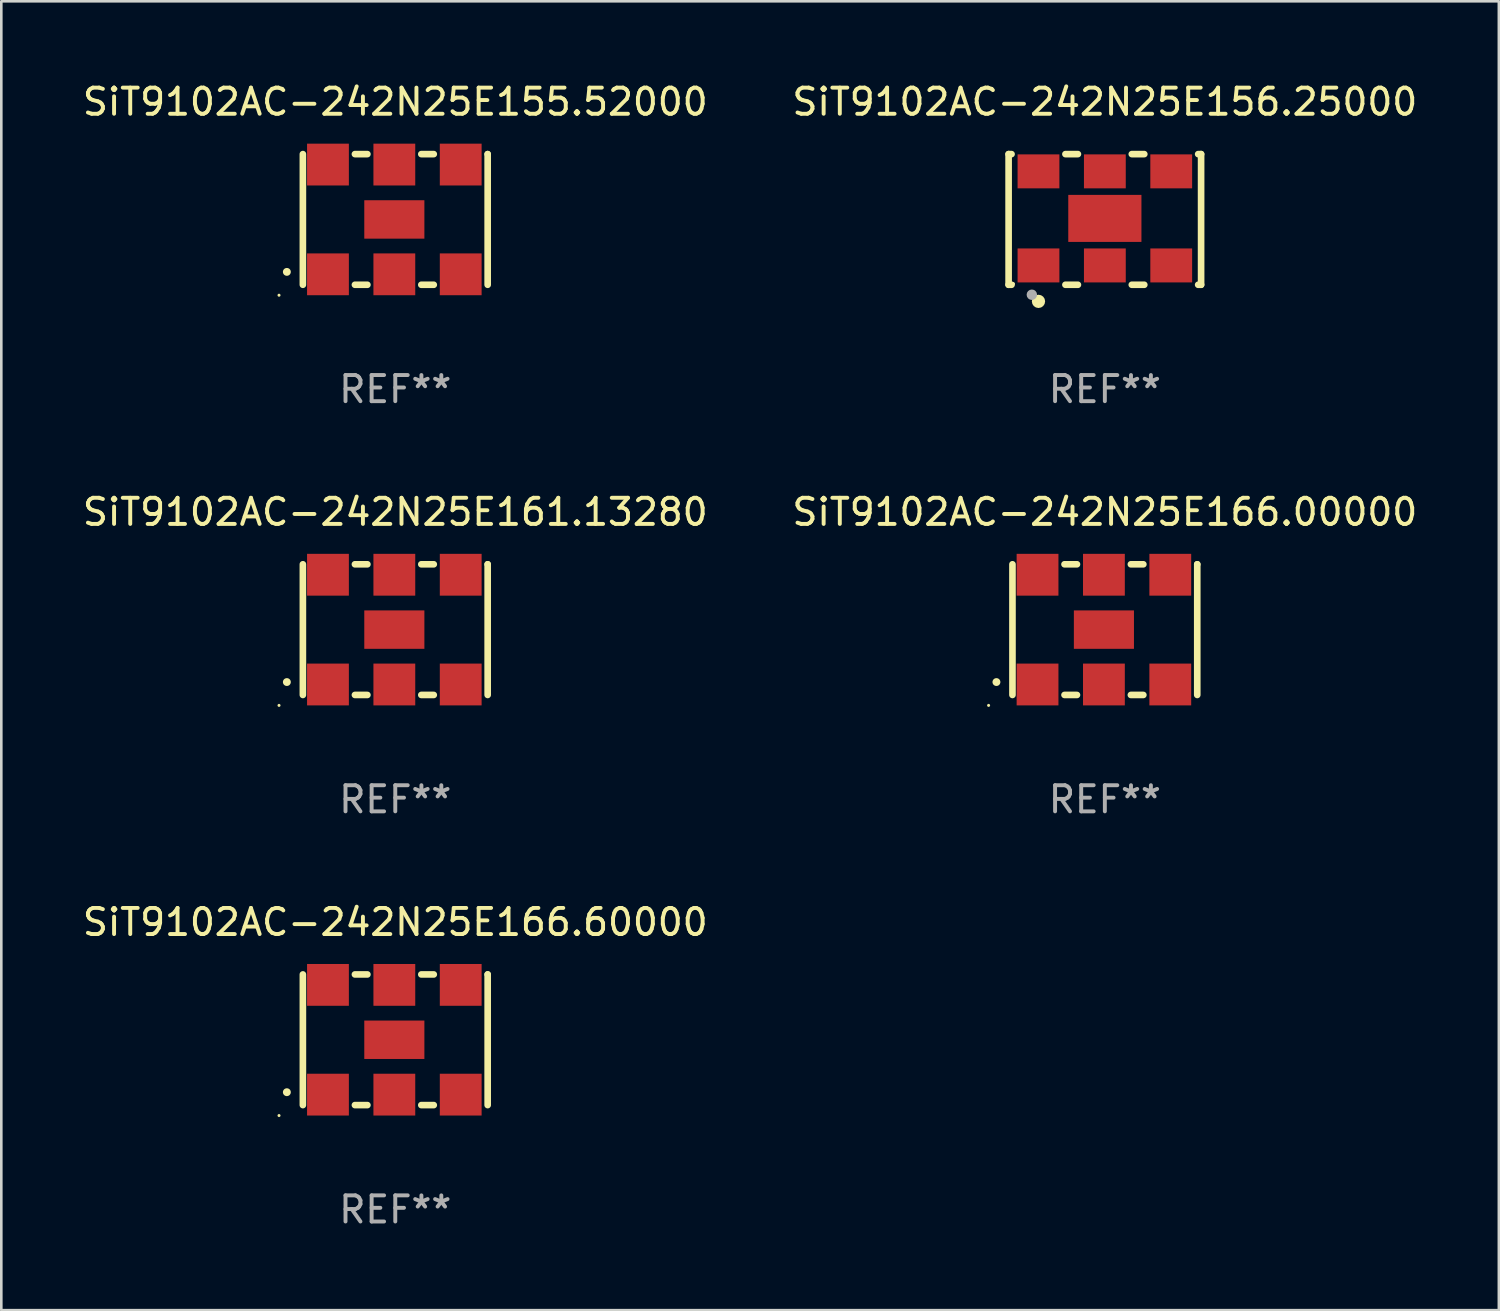
<source format=kicad_pcb>
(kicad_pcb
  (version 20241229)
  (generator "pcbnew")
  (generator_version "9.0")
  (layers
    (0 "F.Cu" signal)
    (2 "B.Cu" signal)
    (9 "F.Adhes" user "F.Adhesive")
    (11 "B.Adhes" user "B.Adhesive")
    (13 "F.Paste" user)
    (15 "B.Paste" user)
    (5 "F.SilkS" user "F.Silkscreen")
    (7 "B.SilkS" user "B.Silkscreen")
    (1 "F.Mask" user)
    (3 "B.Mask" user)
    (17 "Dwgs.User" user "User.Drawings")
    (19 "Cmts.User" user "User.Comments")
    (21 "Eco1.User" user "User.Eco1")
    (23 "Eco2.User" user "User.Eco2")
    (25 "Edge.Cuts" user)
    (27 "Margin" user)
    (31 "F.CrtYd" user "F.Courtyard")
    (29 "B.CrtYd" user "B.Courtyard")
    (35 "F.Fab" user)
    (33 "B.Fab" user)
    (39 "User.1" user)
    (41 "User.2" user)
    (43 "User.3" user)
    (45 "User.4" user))
  (footprint "SiT9102AC-242N25E166.60000"
    (layer "F.Cu")
    (at 12.077 36.741)
    (property "Reference" "SiT9102AC-242N25E166.60000" (at 0 -4.5 0) (layer "F.SilkS") (effects (font (size 1 1) (thickness 0.15))))
    (attr through_hole)
    (fp_line (start -3.536 -2.5) (end -3.536 2.5) (stroke (width 0.254) (type solid)) (layer "F.SilkS"))
    (fp_line (start -1.544 2.5) (end -1.067 2.5) (stroke (width 0.254) (type solid)) (layer "F.SilkS"))
    (fp_line (start -1.067 -2.5) (end -1.544 -2.5) (stroke (width 0.254) (type solid)) (layer "F.SilkS"))
    (fp_line (start 0.996 2.5) (end 1.473 2.5) (stroke (width 0.254) (type solid)) (layer "F.SilkS"))
    (fp_line (start 1.473 -2.5) (end 0.996 -2.5) (stroke (width 0.254) (type solid)) (layer "F.SilkS"))
    (fp_line (start 3.536 -2.5) (end 3.536 -2.5) (stroke (width 0.254) (type solid)) (layer "F.SilkS"))
    (fp_line (start 3.536 2.5) (end 3.536 -2.5) (stroke (width 0.254) (type solid)) (layer "F.SilkS"))
    (fp_arc (start -4.150432 2.006604) (mid -4.149162 2.006599) (end -4.147892 2.006604) (stroke (width 0.3) (type solid)) (layer "F.SilkS"))
    (fp_circle (center -4.449 2.9) (end -4.419 2.9) (stroke (width 0.06) (type solid)) (fill no) (layer "F.SilkS"))
    (fp_text user "REF**" (at 0 6.5 0) (layer "F.Fab") (effects (font (size 1 1) (thickness 0.15))))
    (pad "1" smd rect (at -2.576 2.1) (size 1.6 1.6) (layers "F.Cu" "F.Mask" "F.Paste"))
    (pad "2" smd rect (at -0.036 2.1) (size 1.6 1.6) (layers "F.Cu" "F.Mask" "F.Paste"))
    (pad "3" smd rect (at 2.504 2.1) (size 1.6 1.6) (layers "F.Cu" "F.Mask" "F.Paste"))
    (pad "4" smd rect (at 2.504 -2.1) (size 1.6 1.6) (layers "F.Cu" "F.Mask" "F.Paste"))
    (pad "5" smd rect (at -0.036 -2.1) (size 1.6 1.6) (layers "F.Cu" "F.Mask" "F.Paste"))
    (pad "6" smd rect (at -2.576 -2.1) (size 1.6 1.6) (layers "F.Cu" "F.Mask" "F.Paste"))
    (pad "7" smd rect (at -0.036 0) (size 2.3 1.47) (layers "F.Cu" "F.Mask" "F.Paste")))
  (footprint "SiT9102AC-242N25E156.25000"
    (layer "F.Cu")
    (at 39.232 5.348)
    (property "Reference" "SiT9102AC-242N25E156.25000" (at 0 -4.5 0) (layer "F.SilkS") (effects (font (size 1 1) (thickness 0.15))))
    (attr through_hole)
    (fp_line (start -3.683 -2.5) (end -3.571 -2.5) (stroke (width 0.254) (type solid)) (layer "F.SilkS"))
    (fp_line (start -3.683 2.5) (end -3.683 -2.5) (stroke (width 0.254) (type solid)) (layer "F.SilkS"))
    (fp_line (start -3.683 2.5) (end -3.571 2.5) (stroke (width 0.254) (type solid)) (layer "F.SilkS"))
    (fp_line (start -1.509 -2.5) (end -1.031 -2.5) (stroke (width 0.254) (type solid)) (layer "F.SilkS"))
    (fp_line (start -1.509 2.5) (end -1.031 2.5) (stroke (width 0.254) (type solid)) (layer "F.SilkS"))
    (fp_line (start 1.031 -2.5) (end 1.509 -2.5) (stroke (width 0.254) (type solid)) (layer "F.SilkS"))
    (fp_line (start 1.031 2.5) (end 1.509 2.5) (stroke (width 0.254) (type solid)) (layer "F.SilkS"))
    (fp_line (start 3.571 -2.5) (end 3.683 -2.5) (stroke (width 0.254) (type solid)) (layer "F.SilkS"))
    (fp_line (start 3.571 2.5) (end 3.683 2.5) (stroke (width 0.254) (type solid)) (layer "F.SilkS"))
    (fp_line (start 3.683 2.5) (end 3.683 -2.5) (stroke (width 0.254) (type solid)) (layer "F.SilkS"))
    (fp_circle (center -3.5 2.46) (end -3.47 2.46) (stroke (width 0.06) (type solid)) (fill no) (layer "F.SilkS"))
    (fp_circle (center -2.54 3.135) (end -2.413 3.135) (stroke (width 0.254) (type solid)) (fill no) (layer "F.SilkS"))
    (fp_circle (center -2.794 2.881) (end -2.694 2.881) (stroke (width 0.2) (type solid)) (fill no) (layer "F.Fab"))
    (fp_text user "REF**" (at 0 6.5 0) (layer "F.Fab") (effects (font (size 1 1) (thickness 0.15))))
    (pad "1" smd rect (at -2.54 1.76) (size 1.6 1.3) (layers "F.Cu" "F.Mask" "F.Paste"))
    (pad "2" smd rect (at 0 1.76) (size 1.6 1.3) (layers "F.Cu" "F.Mask" "F.Paste"))
    (pad "3" smd rect (at 2.54 1.76) (size 1.6 1.3) (layers "F.Cu" "F.Mask" "F.Paste"))
    (pad "4" smd rect (at 2.54 -1.84) (size 1.6 1.3) (layers "F.Cu" "F.Mask" "F.Paste"))
    (pad "5" smd rect (at 0 -1.84) (size 1.6 1.3) (layers "F.Cu" "F.Mask" "F.Paste"))
    (pad "6" smd rect (at -2.54 -1.84) (size 1.6 1.3) (layers "F.Cu" "F.Mask" "F.Paste"))
    (pad "7" smd rect (at 0 -0.04) (size 2.8 1.8) (layers "F.Cu" "F.Mask" "F.Paste")))
  (footprint "SiT9102AC-242N25E166.00000"
    (layer "F.Cu")
    (at 39.232 21.045)
    (property "Reference" "SiT9102AC-242N25E166.00000" (at 0 -4.5 0) (layer "F.SilkS") (effects (font (size 1 1) (thickness 0.15))))
    (attr through_hole)
    (fp_line (start -3.536 -2.5) (end -3.536 2.5) (stroke (width 0.254) (type solid)) (layer "F.SilkS"))
    (fp_line (start -1.544 2.5) (end -1.067 2.5) (stroke (width 0.254) (type solid)) (layer "F.SilkS"))
    (fp_line (start -1.067 -2.5) (end -1.544 -2.5) (stroke (width 0.254) (type solid)) (layer "F.SilkS"))
    (fp_line (start 0.996 2.5) (end 1.473 2.5) (stroke (width 0.254) (type solid)) (layer "F.SilkS"))
    (fp_line (start 1.473 -2.5) (end 0.996 -2.5) (stroke (width 0.254) (type solid)) (layer "F.SilkS"))
    (fp_line (start 3.536 -2.5) (end 3.536 -2.5) (stroke (width 0.254) (type solid)) (layer "F.SilkS"))
    (fp_line (start 3.536 2.5) (end 3.536 -2.5) (stroke (width 0.254) (type solid)) (layer "F.SilkS"))
    (fp_arc (start -4.150432 2.006604) (mid -4.149162 2.006599) (end -4.147892 2.006604) (stroke (width 0.3) (type solid)) (layer "F.SilkS"))
    (fp_circle (center -4.449 2.9) (end -4.419 2.9) (stroke (width 0.06) (type solid)) (fill no) (layer "F.SilkS"))
    (fp_text user "REF**" (at 0 6.5 0) (layer "F.Fab") (effects (font (size 1 1) (thickness 0.15))))
    (pad "1" smd rect (at -2.576 2.1) (size 1.6 1.6) (layers "F.Cu" "F.Mask" "F.Paste"))
    (pad "2" smd rect (at -0.036 2.1) (size 1.6 1.6) (layers "F.Cu" "F.Mask" "F.Paste"))
    (pad "3" smd rect (at 2.504 2.1) (size 1.6 1.6) (layers "F.Cu" "F.Mask" "F.Paste"))
    (pad "4" smd rect (at 2.504 -2.1) (size 1.6 1.6) (layers "F.Cu" "F.Mask" "F.Paste"))
    (pad "5" smd rect (at -0.036 -2.1) (size 1.6 1.6) (layers "F.Cu" "F.Mask" "F.Paste"))
    (pad "6" smd rect (at -2.576 -2.1) (size 1.6 1.6) (layers "F.Cu" "F.Mask" "F.Paste"))
    (pad "7" smd rect (at -0.036 0) (size 2.3 1.47) (layers "F.Cu" "F.Mask" "F.Paste")))
  (footprint "SiT9102AC-242N25E155.52000"
    (layer "F.Cu")
    (at 12.077 5.348)
    (property "Reference" "SiT9102AC-242N25E155.52000" (at 0 -4.5 0) (layer "F.SilkS") (effects (font (size 1 1) (thickness 0.15))))
    (attr through_hole)
    (fp_line (start -3.536 -2.5) (end -3.536 2.5) (stroke (width 0.254) (type solid)) (layer "F.SilkS"))
    (fp_line (start -1.544 2.5) (end -1.067 2.5) (stroke (width 0.254) (type solid)) (layer "F.SilkS"))
    (fp_line (start -1.067 -2.5) (end -1.544 -2.5) (stroke (width 0.254) (type solid)) (layer "F.SilkS"))
    (fp_line (start 0.996 2.5) (end 1.473 2.5) (stroke (width 0.254) (type solid)) (layer "F.SilkS"))
    (fp_line (start 1.473 -2.5) (end 0.996 -2.5) (stroke (width 0.254) (type solid)) (layer "F.SilkS"))
    (fp_line (start 3.536 -2.5) (end 3.536 -2.5) (stroke (width 0.254) (type solid)) (layer "F.SilkS"))
    (fp_line (start 3.536 2.5) (end 3.536 -2.5) (stroke (width 0.254) (type solid)) (layer "F.SilkS"))
    (fp_arc (start -4.150432 2.006604) (mid -4.149162 2.006599) (end -4.147892 2.006604) (stroke (width 0.3) (type solid)) (layer "F.SilkS"))
    (fp_circle (center -4.449 2.9) (end -4.419 2.9) (stroke (width 0.06) (type solid)) (fill no) (layer "F.SilkS"))
    (fp_text user "REF**" (at 0 6.5 0) (layer "F.Fab") (effects (font (size 1 1) (thickness 0.15))))
    (pad "1" smd rect (at -2.576 2.1) (size 1.6 1.6) (layers "F.Cu" "F.Mask" "F.Paste"))
    (pad "2" smd rect (at -0.036 2.1) (size 1.6 1.6) (layers "F.Cu" "F.Mask" "F.Paste"))
    (pad "3" smd rect (at 2.504 2.1) (size 1.6 1.6) (layers "F.Cu" "F.Mask" "F.Paste"))
    (pad "4" smd rect (at 2.504 -2.1) (size 1.6 1.6) (layers "F.Cu" "F.Mask" "F.Paste"))
    (pad "5" smd rect (at -0.036 -2.1) (size 1.6 1.6) (layers "F.Cu" "F.Mask" "F.Paste"))
    (pad "6" smd rect (at -2.576 -2.1) (size 1.6 1.6) (layers "F.Cu" "F.Mask" "F.Paste"))
    (pad "7" smd rect (at -0.036 0) (size 2.3 1.47) (layers "F.Cu" "F.Mask" "F.Paste")))
  (footprint "SiT9102AC-242N25E161.13280"
    (layer "F.Cu")
    (at 12.077 21.045)
    (property "Reference" "SiT9102AC-242N25E161.13280" (at 0 -4.5 0) (layer "F.SilkS") (effects (font (size 1 1) (thickness 0.15))))
    (attr through_hole)
    (fp_line (start -3.536 -2.5) (end -3.536 2.5) (stroke (width 0.254) (type solid)) (layer "F.SilkS"))
    (fp_line (start -1.544 2.5) (end -1.067 2.5) (stroke (width 0.254) (type solid)) (layer "F.SilkS"))
    (fp_line (start -1.067 -2.5) (end -1.544 -2.5) (stroke (width 0.254) (type solid)) (layer "F.SilkS"))
    (fp_line (start 0.996 2.5) (end 1.473 2.5) (stroke (width 0.254) (type solid)) (layer "F.SilkS"))
    (fp_line (start 1.473 -2.5) (end 0.996 -2.5) (stroke (width 0.254) (type solid)) (layer "F.SilkS"))
    (fp_line (start 3.536 -2.5) (end 3.536 -2.5) (stroke (width 0.254) (type solid)) (layer "F.SilkS"))
    (fp_line (start 3.536 2.5) (end 3.536 -2.5) (stroke (width 0.254) (type solid)) (layer "F.SilkS"))
    (fp_arc (start -4.150432 2.006604) (mid -4.149162 2.006599) (end -4.147892 2.006604) (stroke (width 0.3) (type solid)) (layer "F.SilkS"))
    (fp_circle (center -4.449 2.9) (end -4.419 2.9) (stroke (width 0.06) (type solid)) (fill no) (layer "F.SilkS"))
    (fp_text user "REF**" (at 0 6.5 0) (layer "F.Fab") (effects (font (size 1 1) (thickness 0.15))))
    (pad "1" smd rect (at -2.576 2.1) (size 1.6 1.6) (layers "F.Cu" "F.Mask" "F.Paste"))
    (pad "2" smd rect (at -0.036 2.1) (size 1.6 1.6) (layers "F.Cu" "F.Mask" "F.Paste"))
    (pad "3" smd rect (at 2.504 2.1) (size 1.6 1.6) (layers "F.Cu" "F.Mask" "F.Paste"))
    (pad "4" smd rect (at 2.504 -2.1) (size 1.6 1.6) (layers "F.Cu" "F.Mask" "F.Paste"))
    (pad "5" smd rect (at -0.036 -2.1) (size 1.6 1.6) (layers "F.Cu" "F.Mask" "F.Paste"))
    (pad "6" smd rect (at -2.576 -2.1) (size 1.6 1.6) (layers "F.Cu" "F.Mask" "F.Paste"))
    (pad "7" smd rect (at -0.036 0) (size 2.3 1.47) (layers "F.Cu" "F.Mask" "F.Paste")))
  (gr_rect
    (start -3 -3)
    (end 54.31 47.09)
    (stroke (width 0.1) (type default))
    (fill no)
    (layer "Edge.Cuts")))
</source>
